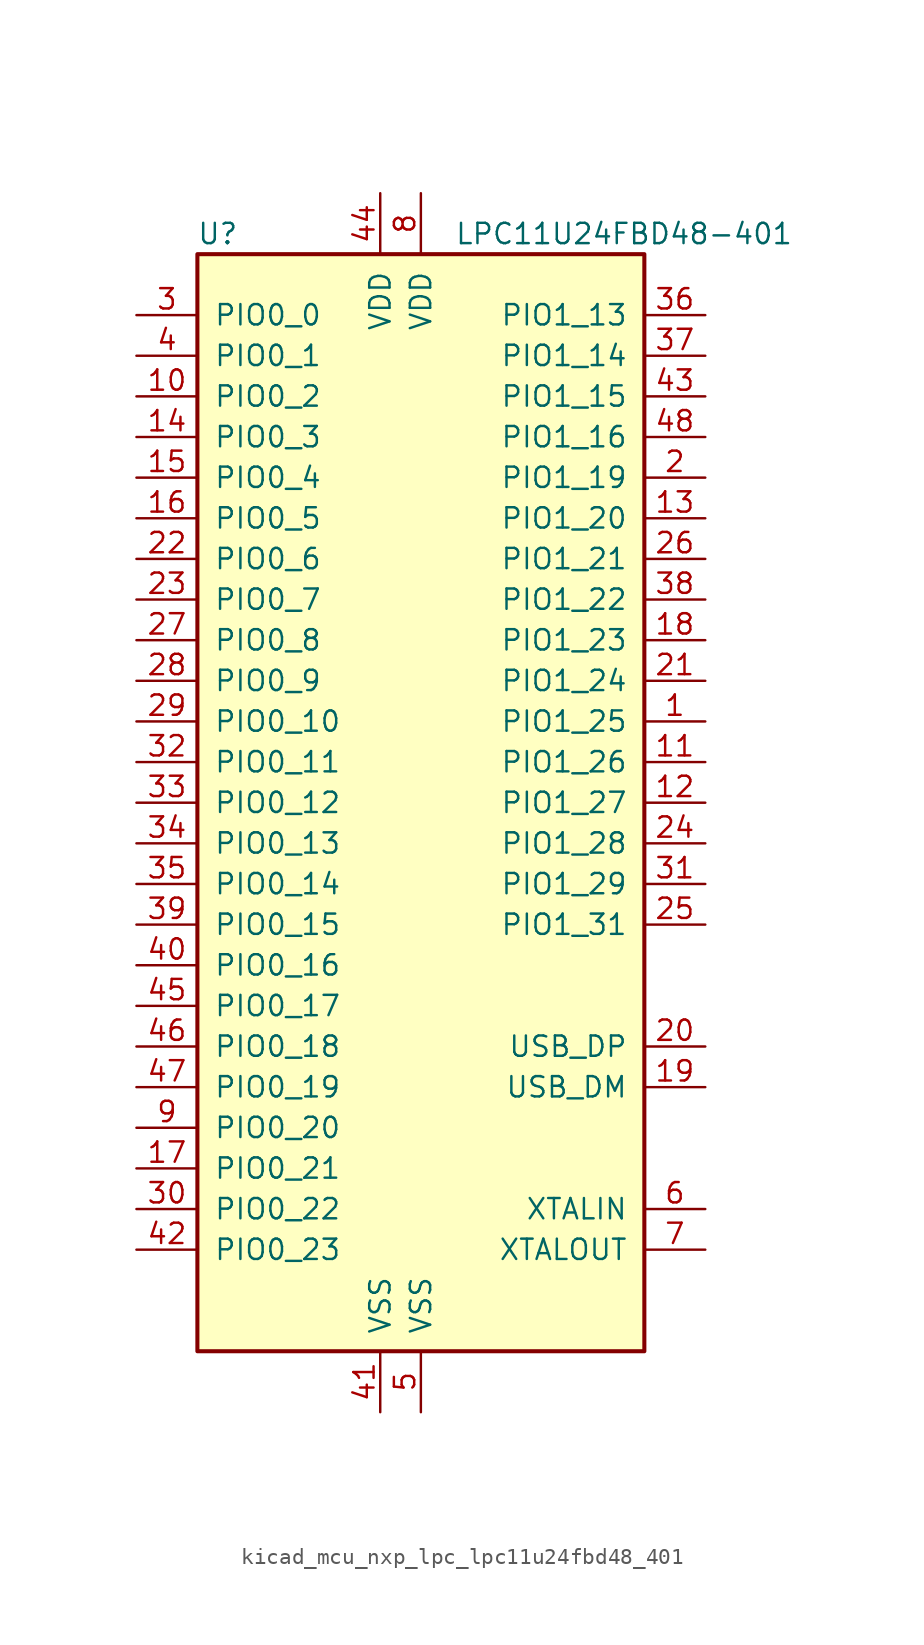
<source format=kicad_sym>
(kicad_symbol_lib
  (version 20220914)
  (generator kicad_symbol_editor)
  (symbol "kicad_mcu_nxp_lpc_lpc11u24fbd48_401"
    (pin_names
      (offset 1.016))
    (property "Reference" "U"
      (at -12.7 35.56 0)
      (effects (font (size 1.27 1.27))))
    (property "Value" "LPC11U24FBD48-401"
      (at 12.7 35.56 0)
      (effects (font (size 1.27 1.27))))
    (symbol "kicad_mcu_nxp_lpc_lpc11u24fbd48_401_0_1"
      (rectangle (start -13.97 34.29) (end 13.97 -34.29) (stroke (width 0.254) (type default)) (fill (type background))))
    (symbol "kicad_mcu_nxp_lpc_lpc11u24fbd48_401_1_1"
      (pin bidirectional line (at 17.78 5.08 180) (length 3.81) (name "PIO1_25" (effects (font (size 1.27 1.27)))) (number "1" (effects (font (size 1.27 1.27)))))
      (pin bidirectional line (at -17.78 25.4 0) (length 3.81) (name "PIO0_2" (effects (font (size 1.27 1.27)))) (number "10" (effects (font (size 1.27 1.27)))))
      (pin bidirectional line (at 17.78 2.54 180) (length 3.81) (name "PIO1_26" (effects (font (size 1.27 1.27)))) (number "11" (effects (font (size 1.27 1.27)))))
      (pin bidirectional line (at 17.78 0 180) (length 3.81) (name "PIO1_27" (effects (font (size 1.27 1.27)))) (number "12" (effects (font (size 1.27 1.27)))))
      (pin bidirectional line (at 17.78 17.78 180) (length 3.81) (name "PIO1_20" (effects (font (size 1.27 1.27)))) (number "13" (effects (font (size 1.27 1.27)))))
      (pin bidirectional line (at -17.78 22.86 0) (length 3.81) (name "PIO0_3" (effects (font (size 1.27 1.27)))) (number "14" (effects (font (size 1.27 1.27)))))
      (pin bidirectional line (at -17.78 20.32 0) (length 3.81) (name "PIO0_4" (effects (font (size 1.27 1.27)))) (number "15" (effects (font (size 1.27 1.27)))))
      (pin bidirectional line (at -17.78 17.78 0) (length 3.81) (name "PIO0_5" (effects (font (size 1.27 1.27)))) (number "16" (effects (font (size 1.27 1.27)))))
      (pin bidirectional line (at -17.78 -22.86 0) (length 3.81) (name "PIO0_21" (effects (font (size 1.27 1.27)))) (number "17" (effects (font (size 1.27 1.27)))))
      (pin bidirectional line (at 17.78 10.16 180) (length 3.81) (name "PIO1_23" (effects (font (size 1.27 1.27)))) (number "18" (effects (font (size 1.27 1.27)))))
      (pin bidirectional line (at 17.78 -17.78 180) (length 3.81) (name "USB_DM" (effects (font (size 1.27 1.27)))) (number "19" (effects (font (size 1.27 1.27)))))
      (pin bidirectional line (at 17.78 20.32 180) (length 3.81) (name "PIO1_19" (effects (font (size 1.27 1.27)))) (number "2" (effects (font (size 1.27 1.27)))))
      (pin bidirectional line (at 17.78 -15.24 180) (length 3.81) (name "USB_DP" (effects (font (size 1.27 1.27)))) (number "20" (effects (font (size 1.27 1.27)))))
      (pin bidirectional line (at 17.78 7.62 180) (length 3.81) (name "PIO1_24" (effects (font (size 1.27 1.27)))) (number "21" (effects (font (size 1.27 1.27)))))
      (pin bidirectional line (at -17.78 15.24 0) (length 3.81) (name "PIO0_6" (effects (font (size 1.27 1.27)))) (number "22" (effects (font (size 1.27 1.27)))))
      (pin bidirectional line (at -17.78 12.7 0) (length 3.81) (name "PIO0_7" (effects (font (size 1.27 1.27)))) (number "23" (effects (font (size 1.27 1.27)))))
      (pin bidirectional line (at 17.78 -2.54 180) (length 3.81) (name "PIO1_28" (effects (font (size 1.27 1.27)))) (number "24" (effects (font (size 1.27 1.27)))))
      (pin bidirectional line (at 17.78 -7.62 180) (length 3.81) (name "PIO1_31" (effects (font (size 1.27 1.27)))) (number "25" (effects (font (size 1.27 1.27)))))
      (pin bidirectional line (at 17.78 15.24 180) (length 3.81) (name "PIO1_21" (effects (font (size 1.27 1.27)))) (number "26" (effects (font (size 1.27 1.27)))))
      (pin bidirectional line (at -17.78 10.16 0) (length 3.81) (name "PIO0_8" (effects (font (size 1.27 1.27)))) (number "27" (effects (font (size 1.27 1.27)))))
      (pin bidirectional line (at -17.78 7.62 0) (length 3.81) (name "PIO0_9" (effects (font (size 1.27 1.27)))) (number "28" (effects (font (size 1.27 1.27)))))
      (pin bidirectional line (at -17.78 5.08 0) (length 3.81) (name "PIO0_10" (effects (font (size 1.27 1.27)))) (number "29" (effects (font (size 1.27 1.27)))))
      (pin bidirectional line (at -17.78 30.48 0) (length 3.81) (name "PIO0_0" (effects (font (size 1.27 1.27)))) (number "3" (effects (font (size 1.27 1.27)))))
      (pin bidirectional line (at -17.78 -25.4 0) (length 3.81) (name "PIO0_22" (effects (font (size 1.27 1.27)))) (number "30" (effects (font (size 1.27 1.27)))))
      (pin bidirectional line (at 17.78 -5.08 180) (length 3.81) (name "PIO1_29" (effects (font (size 1.27 1.27)))) (number "31" (effects (font (size 1.27 1.27)))))
      (pin bidirectional line (at -17.78 2.54 0) (length 3.81) (name "PIO0_11" (effects (font (size 1.27 1.27)))) (number "32" (effects (font (size 1.27 1.27)))))
      (pin bidirectional line (at -17.78 0 0) (length 3.81) (name "PIO0_12" (effects (font (size 1.27 1.27)))) (number "33" (effects (font (size 1.27 1.27)))))
      (pin bidirectional line (at -17.78 -2.54 0) (length 3.81) (name "PIO0_13" (effects (font (size 1.27 1.27)))) (number "34" (effects (font (size 1.27 1.27)))))
      (pin bidirectional line (at -17.78 -5.08 0) (length 3.81) (name "PIO0_14" (effects (font (size 1.27 1.27)))) (number "35" (effects (font (size 1.27 1.27)))))
      (pin bidirectional line (at 17.78 30.48 180) (length 3.81) (name "PIO1_13" (effects (font (size 1.27 1.27)))) (number "36" (effects (font (size 1.27 1.27)))))
      (pin bidirectional line (at 17.78 27.94 180) (length 3.81) (name "PIO1_14" (effects (font (size 1.27 1.27)))) (number "37" (effects (font (size 1.27 1.27)))))
      (pin bidirectional line (at 17.78 12.7 180) (length 3.81) (name "PIO1_22" (effects (font (size 1.27 1.27)))) (number "38" (effects (font (size 1.27 1.27)))))
      (pin bidirectional line (at -17.78 -7.62 0) (length 3.81) (name "PIO0_15" (effects (font (size 1.27 1.27)))) (number "39" (effects (font (size 1.27 1.27)))))
      (pin bidirectional line (at -17.78 27.94 0) (length 3.81) (name "PIO0_1" (effects (font (size 1.27 1.27)))) (number "4" (effects (font (size 1.27 1.27)))))
      (pin bidirectional line (at -17.78 -10.16 0) (length 3.81) (name "PIO0_16" (effects (font (size 1.27 1.27)))) (number "40" (effects (font (size 1.27 1.27)))))
      (pin power_in line (at -2.54 -38.1 90) (length 3.81) (name "VSS" (effects (font (size 1.27 1.27)))) (number "41" (effects (font (size 1.27 1.27)))))
      (pin bidirectional line (at -17.78 -27.94 0) (length 3.81) (name "PIO0_23" (effects (font (size 1.27 1.27)))) (number "42" (effects (font (size 1.27 1.27)))))
      (pin bidirectional line (at 17.78 25.4 180) (length 3.81) (name "PIO1_15" (effects (font (size 1.27 1.27)))) (number "43" (effects (font (size 1.27 1.27)))))
      (pin power_in line (at -2.54 38.1 270) (length 3.81) (name "VDD" (effects (font (size 1.27 1.27)))) (number "44" (effects (font (size 1.27 1.27)))))
      (pin bidirectional line (at -17.78 -12.7 0) (length 3.81) (name "PIO0_17" (effects (font (size 1.27 1.27)))) (number "45" (effects (font (size 1.27 1.27)))))
      (pin bidirectional line (at -17.78 -15.24 0) (length 3.81) (name "PIO0_18" (effects (font (size 1.27 1.27)))) (number "46" (effects (font (size 1.27 1.27)))))
      (pin bidirectional line (at -17.78 -17.78 0) (length 3.81) (name "PIO0_19" (effects (font (size 1.27 1.27)))) (number "47" (effects (font (size 1.27 1.27)))))
      (pin bidirectional line (at 17.78 22.86 180) (length 3.81) (name "PIO1_16" (effects (font (size 1.27 1.27)))) (number "48" (effects (font (size 1.27 1.27)))))
      (pin power_in line (at 0 -38.1 90) (length 3.81) (name "VSS" (effects (font (size 1.27 1.27)))) (number "5" (effects (font (size 1.27 1.27)))))
      (pin input line (at 17.78 -25.4 180) (length 3.81) (name "XTALIN" (effects (font (size 1.27 1.27)))) (number "6" (effects (font (size 1.27 1.27)))))
      (pin output line (at 17.78 -27.94 180) (length 3.81) (name "XTALOUT" (effects (font (size 1.27 1.27)))) (number "7" (effects (font (size 1.27 1.27)))))
      (pin power_in line (at 0 38.1 270) (length 3.81) (name "VDD" (effects (font (size 1.27 1.27)))) (number "8" (effects (font (size 1.27 1.27)))))
      (pin bidirectional line (at -17.78 -20.32 0) (length 3.81) (name "PIO0_20" (effects (font (size 1.27 1.27)))) (number "9" (effects (font (size 1.27 1.27))))))))
</source>
